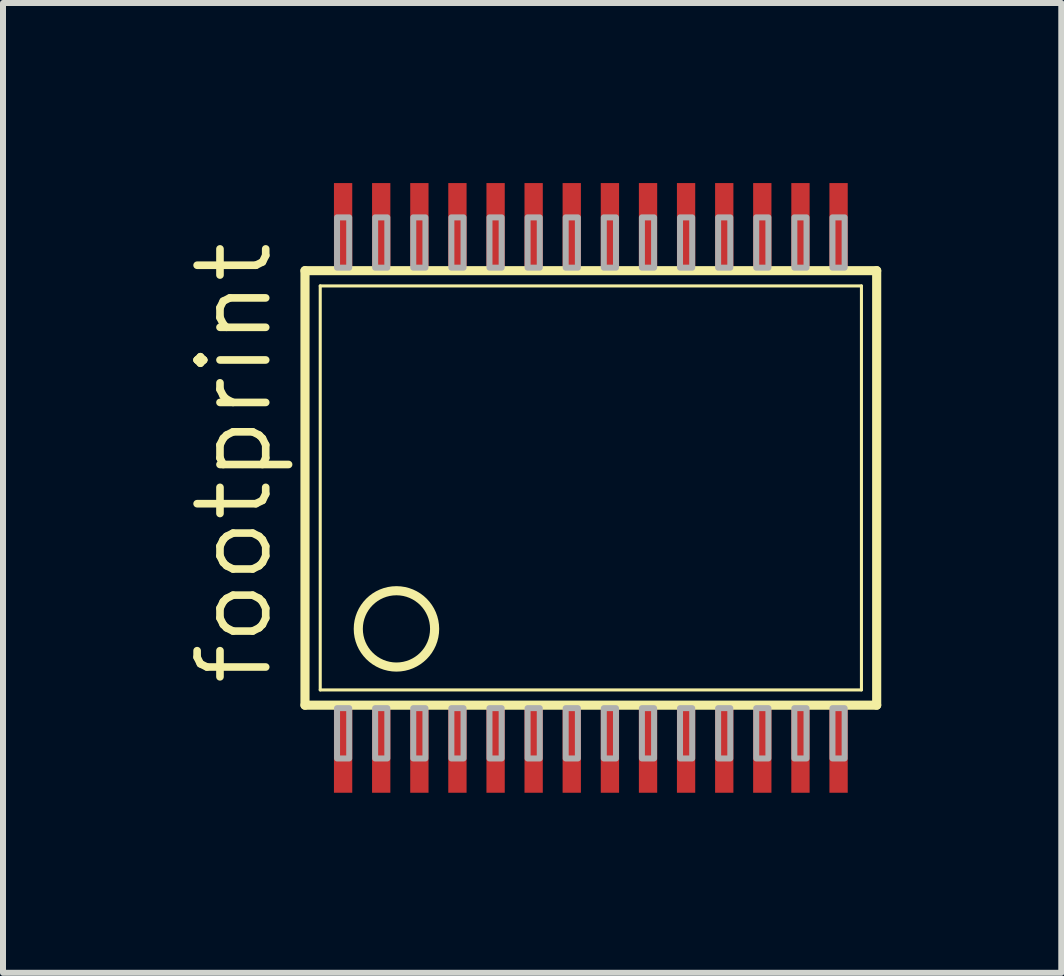
<source format=kicad_pcb>
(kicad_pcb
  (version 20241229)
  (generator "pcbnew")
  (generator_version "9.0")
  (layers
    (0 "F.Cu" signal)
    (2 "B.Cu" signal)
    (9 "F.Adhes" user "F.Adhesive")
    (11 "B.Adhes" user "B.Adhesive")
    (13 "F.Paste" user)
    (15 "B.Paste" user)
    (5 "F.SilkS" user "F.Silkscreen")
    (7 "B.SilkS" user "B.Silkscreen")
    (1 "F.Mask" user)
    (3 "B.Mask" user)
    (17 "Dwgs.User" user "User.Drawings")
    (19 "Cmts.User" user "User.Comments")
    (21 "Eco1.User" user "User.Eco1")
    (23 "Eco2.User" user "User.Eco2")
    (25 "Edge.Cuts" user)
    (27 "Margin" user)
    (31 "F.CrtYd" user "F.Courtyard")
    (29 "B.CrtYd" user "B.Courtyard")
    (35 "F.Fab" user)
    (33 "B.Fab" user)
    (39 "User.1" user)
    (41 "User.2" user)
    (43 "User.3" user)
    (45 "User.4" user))
  (footprint "footprint"
    (layer "F.Cu")
    (at 6.795 5.08)
    (property "Reference" "footprint" (at -5.271 3.34 90) (layer "F.SilkS") (effects (font (size 1.143 1.143) (thickness 0.127)) (justify left bottom)))
    (fp_line (start -4.763 3.62) (end -4.763 -3.62) (stroke (width 0.152) (type solid)) (layer "F.SilkS"))
    (fp_line (start -4.763 3.62) (end 4.763 3.62) (stroke (width 0.152) (type solid)) (layer "F.SilkS"))
    (fp_line (start -4.509 3.366) (end -4.509 -3.366) (stroke (width 0.051) (type solid)) (layer "F.SilkS"))
    (fp_line (start -4.509 3.366) (end 4.509 3.366) (stroke (width 0.051) (type solid)) (layer "F.SilkS"))
    (fp_line (start 4.509 -3.366) (end -4.509 -3.366) (stroke (width 0.051) (type solid)) (layer "F.SilkS"))
    (fp_line (start 4.509 -3.366) (end 4.509 3.366) (stroke (width 0.051) (type solid)) (layer "F.SilkS"))
    (fp_line (start 4.763 -3.62) (end -4.763 -3.62) (stroke (width 0.152) (type solid)) (layer "F.SilkS"))
    (fp_line (start 4.763 3.62) (end 4.763 -3.62) (stroke (width 0.152) (type solid)) (layer "F.SilkS"))
    (fp_circle (center -3.239 2.349) (end -2.603 2.349) (stroke (width 0.152) (type solid)) (fill no) (layer "F.SilkS"))
    (fp_poly (pts (xy -4.229 -3.67) (xy -4.026 -3.67) (xy -4.026 -4.508) (xy -4.229 -4.508)) (stroke (width 0.1) (type solid)) (fill no) (layer "F.Fab"))
    (fp_poly (pts (xy -4.229 4.508) (xy -4.026 4.508) (xy -4.026 3.67) (xy -4.229 3.67)) (stroke (width 0.1) (type solid)) (fill no) (layer "F.Fab"))
    (fp_poly (pts (xy -3.594 -3.67) (xy -3.391 -3.67) (xy -3.391 -4.508) (xy -3.594 -4.508)) (stroke (width 0.1) (type solid)) (fill no) (layer "F.Fab"))
    (fp_poly (pts (xy -3.594 4.508) (xy -3.391 4.508) (xy -3.391 3.67) (xy -3.594 3.67)) (stroke (width 0.1) (type solid)) (fill no) (layer "F.Fab"))
    (fp_poly (pts (xy -2.959 -3.67) (xy -2.756 -3.67) (xy -2.756 -4.508) (xy -2.959 -4.508)) (stroke (width 0.1) (type solid)) (fill no) (layer "F.Fab"))
    (fp_poly (pts (xy -2.959 4.508) (xy -2.756 4.508) (xy -2.756 3.67) (xy -2.959 3.67)) (stroke (width 0.1) (type solid)) (fill no) (layer "F.Fab"))
    (fp_poly (pts (xy -2.324 -3.67) (xy -2.121 -3.67) (xy -2.121 -4.508) (xy -2.324 -4.508)) (stroke (width 0.1) (type solid)) (fill no) (layer "F.Fab"))
    (fp_poly (pts (xy -2.324 4.508) (xy -2.121 4.508) (xy -2.121 3.67) (xy -2.324 3.67)) (stroke (width 0.1) (type solid)) (fill no) (layer "F.Fab"))
    (fp_poly (pts (xy -1.689 -3.67) (xy -1.486 -3.67) (xy -1.486 -4.508) (xy -1.689 -4.508)) (stroke (width 0.1) (type solid)) (fill no) (layer "F.Fab"))
    (fp_poly (pts (xy -1.689 4.508) (xy -1.486 4.508) (xy -1.486 3.67) (xy -1.689 3.67)) (stroke (width 0.1) (type solid)) (fill no) (layer "F.Fab"))
    (fp_poly (pts (xy -1.054 -3.67) (xy -0.851 -3.67) (xy -0.851 -4.508) (xy -1.054 -4.508)) (stroke (width 0.1) (type solid)) (fill no) (layer "F.Fab"))
    (fp_poly (pts (xy -1.054 4.508) (xy -0.851 4.508) (xy -0.851 3.67) (xy -1.054 3.67)) (stroke (width 0.1) (type solid)) (fill no) (layer "F.Fab"))
    (fp_poly (pts (xy -0.419 -3.67) (xy -0.216 -3.67) (xy -0.216 -4.508) (xy -0.419 -4.508)) (stroke (width 0.1) (type solid)) (fill no) (layer "F.Fab"))
    (fp_poly (pts (xy -0.419 4.508) (xy -0.216 4.508) (xy -0.216 3.67) (xy -0.419 3.67)) (stroke (width 0.1) (type solid)) (fill no) (layer "F.Fab"))
    (fp_poly (pts (xy 0.216 -3.67) (xy 0.419 -3.67) (xy 0.419 -4.508) (xy 0.216 -4.508)) (stroke (width 0.1) (type solid)) (fill no) (layer "F.Fab"))
    (fp_poly (pts (xy 0.216 4.508) (xy 0.419 4.508) (xy 0.419 3.67) (xy 0.216 3.67)) (stroke (width 0.1) (type solid)) (fill no) (layer "F.Fab"))
    (fp_poly (pts (xy 0.851 -3.67) (xy 1.054 -3.67) (xy 1.054 -4.508) (xy 0.851 -4.508)) (stroke (width 0.1) (type solid)) (fill no) (layer "F.Fab"))
    (fp_poly (pts (xy 0.851 4.508) (xy 1.054 4.508) (xy 1.054 3.67) (xy 0.851 3.67)) (stroke (width 0.1) (type solid)) (fill no) (layer "F.Fab"))
    (fp_poly (pts (xy 1.486 -3.67) (xy 1.689 -3.67) (xy 1.689 -4.508) (xy 1.486 -4.508)) (stroke (width 0.1) (type solid)) (fill no) (layer "F.Fab"))
    (fp_poly (pts (xy 1.486 4.508) (xy 1.689 4.508) (xy 1.689 3.67) (xy 1.486 3.67)) (stroke (width 0.1) (type solid)) (fill no) (layer "F.Fab"))
    (fp_poly (pts (xy 2.121 -3.67) (xy 2.324 -3.67) (xy 2.324 -4.508) (xy 2.121 -4.508)) (stroke (width 0.1) (type solid)) (fill no) (layer "F.Fab"))
    (fp_poly (pts (xy 2.121 4.508) (xy 2.324 4.508) (xy 2.324 3.67) (xy 2.121 3.67)) (stroke (width 0.1) (type solid)) (fill no) (layer "F.Fab"))
    (fp_poly (pts (xy 2.756 -3.67) (xy 2.959 -3.67) (xy 2.959 -4.508) (xy 2.756 -4.508)) (stroke (width 0.1) (type solid)) (fill no) (layer "F.Fab"))
    (fp_poly (pts (xy 2.756 4.508) (xy 2.959 4.508) (xy 2.959 3.67) (xy 2.756 3.67)) (stroke (width 0.1) (type solid)) (fill no) (layer "F.Fab"))
    (fp_poly (pts (xy 3.391 -3.67) (xy 3.594 -3.67) (xy 3.594 -4.508) (xy 3.391 -4.508)) (stroke (width 0.1) (type solid)) (fill no) (layer "F.Fab"))
    (fp_poly (pts (xy 3.391 4.508) (xy 3.594 4.508) (xy 3.594 3.67) (xy 3.391 3.67)) (stroke (width 0.1) (type solid)) (fill no) (layer "F.Fab"))
    (fp_poly (pts (xy 4.026 -3.67) (xy 4.229 -3.67) (xy 4.229 -4.508) (xy 4.026 -4.508)) (stroke (width 0.1) (type solid)) (fill no) (layer "F.Fab"))
    (fp_poly (pts (xy 4.026 4.508) (xy 4.229 4.508) (xy 4.229 3.67) (xy 4.026 3.67)) (stroke (width 0.1) (type solid)) (fill no) (layer "F.Fab"))
    (pad "1" smd rect (at -4.128 4.381) (size 0.305 1.397) (layers "F.Cu" "F.Mask" "F.Paste"))
    (pad "2" smd rect (at -3.493 4.381) (size 0.305 1.397) (layers "F.Cu" "F.Mask" "F.Paste"))
    (pad "3" smd rect (at -2.857 4.381) (size 0.305 1.397) (layers "F.Cu" "F.Mask" "F.Paste"))
    (pad "4" smd rect (at -2.223 4.381) (size 0.305 1.397) (layers "F.Cu" "F.Mask" "F.Paste"))
    (pad "5" smd rect (at -1.587 4.381) (size 0.305 1.397) (layers "F.Cu" "F.Mask" "F.Paste"))
    (pad "6" smd rect (at -0.953 4.381) (size 0.305 1.397) (layers "F.Cu" "F.Mask" "F.Paste"))
    (pad "7" smd rect (at -0.318 4.381) (size 0.305 1.397) (layers "F.Cu" "F.Mask" "F.Paste"))
    (pad "8" smd rect (at 0.318 4.381) (size 0.305 1.397) (layers "F.Cu" "F.Mask" "F.Paste"))
    (pad "9" smd rect (at 0.953 4.381) (size 0.305 1.397) (layers "F.Cu" "F.Mask" "F.Paste"))
    (pad "10" smd rect (at 1.587 4.381) (size 0.305 1.397) (layers "F.Cu" "F.Mask" "F.Paste"))
    (pad "11" smd rect (at 2.223 4.381) (size 0.305 1.397) (layers "F.Cu" "F.Mask" "F.Paste"))
    (pad "12" smd rect (at 2.857 4.381) (size 0.305 1.397) (layers "F.Cu" "F.Mask" "F.Paste"))
    (pad "13" smd rect (at 3.493 4.381) (size 0.305 1.397) (layers "F.Cu" "F.Mask" "F.Paste"))
    (pad "14" smd rect (at 4.128 4.381) (size 0.305 1.397) (layers "F.Cu" "F.Mask" "F.Paste"))
    (pad "15" smd rect (at 4.128 -4.381) (size 0.305 1.397) (layers "F.Cu" "F.Mask" "F.Paste"))
    (pad "16" smd rect (at 3.493 -4.381) (size 0.305 1.397) (layers "F.Cu" "F.Mask" "F.Paste"))
    (pad "17" smd rect (at 2.857 -4.381) (size 0.305 1.397) (layers "F.Cu" "F.Mask" "F.Paste"))
    (pad "18" smd rect (at 2.223 -4.381) (size 0.305 1.397) (layers "F.Cu" "F.Mask" "F.Paste"))
    (pad "19" smd rect (at 1.587 -4.381) (size 0.305 1.397) (layers "F.Cu" "F.Mask" "F.Paste"))
    (pad "20" smd rect (at 0.953 -4.381) (size 0.305 1.397) (layers "F.Cu" "F.Mask" "F.Paste"))
    (pad "21" smd rect (at 0.318 -4.381) (size 0.305 1.397) (layers "F.Cu" "F.Mask" "F.Paste"))
    (pad "22" smd rect (at -0.318 -4.381) (size 0.305 1.397) (layers "F.Cu" "F.Mask" "F.Paste"))
    (pad "23" smd rect (at -0.953 -4.381) (size 0.305 1.397) (layers "F.Cu" "F.Mask" "F.Paste"))
    (pad "24" smd rect (at -1.587 -4.381) (size 0.305 1.397) (layers "F.Cu" "F.Mask" "F.Paste"))
    (pad "25" smd rect (at -2.223 -4.381) (size 0.305 1.397) (layers "F.Cu" "F.Mask" "F.Paste"))
    (pad "26" smd rect (at -2.857 -4.381) (size 0.305 1.397) (layers "F.Cu" "F.Mask" "F.Paste"))
    (pad "27" smd rect (at -3.493 -4.381) (size 0.305 1.397) (layers "F.Cu" "F.Mask" "F.Paste"))
    (pad "28" smd rect (at -4.128 -4.381) (size 0.305 1.397) (layers "F.Cu" "F.Mask" "F.Paste")))
  (gr_rect
    (start -3 -3)
    (end 14.634 13.16)
    (stroke (width 0.1) (type default))
    (fill no)
    (layer "Edge.Cuts")))
</source>
